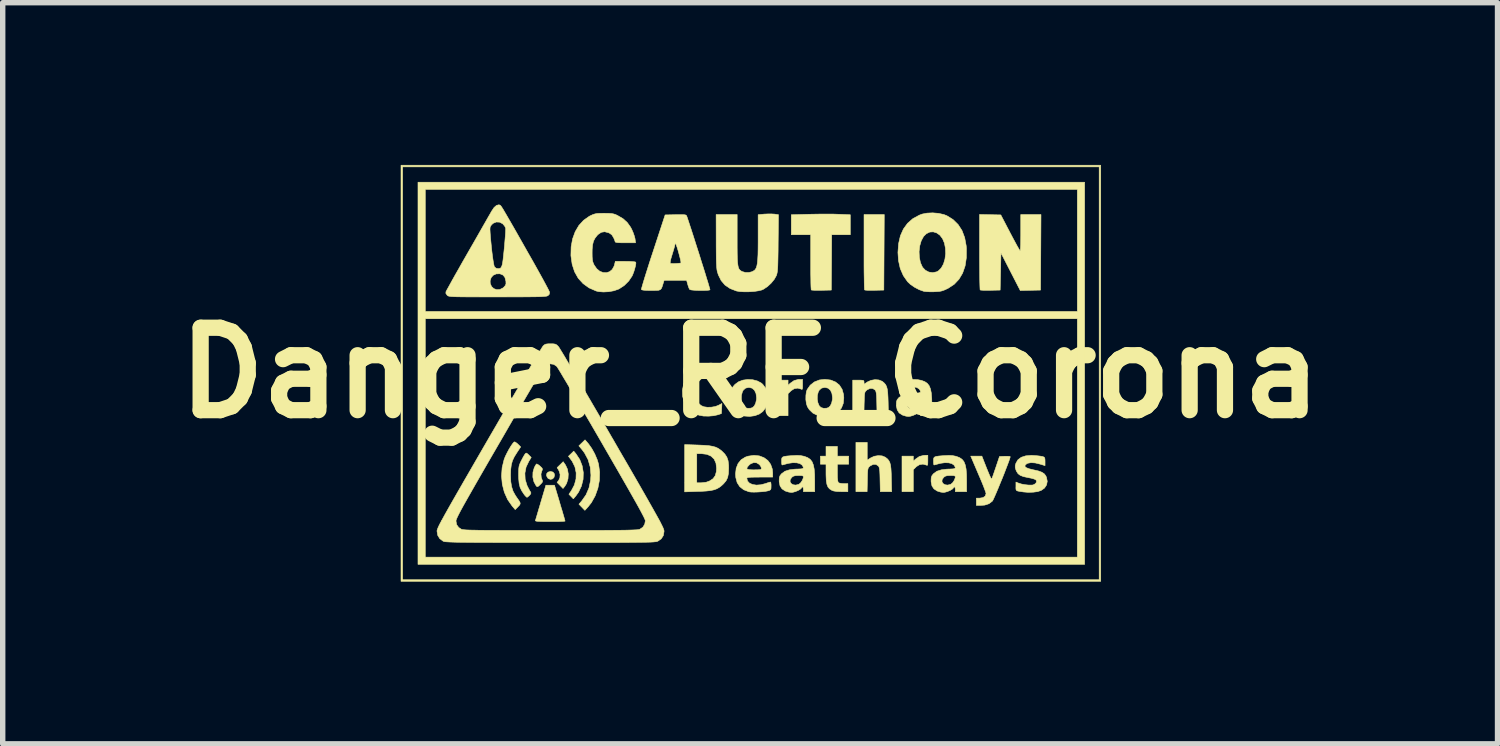
<source format=kicad_pcb>
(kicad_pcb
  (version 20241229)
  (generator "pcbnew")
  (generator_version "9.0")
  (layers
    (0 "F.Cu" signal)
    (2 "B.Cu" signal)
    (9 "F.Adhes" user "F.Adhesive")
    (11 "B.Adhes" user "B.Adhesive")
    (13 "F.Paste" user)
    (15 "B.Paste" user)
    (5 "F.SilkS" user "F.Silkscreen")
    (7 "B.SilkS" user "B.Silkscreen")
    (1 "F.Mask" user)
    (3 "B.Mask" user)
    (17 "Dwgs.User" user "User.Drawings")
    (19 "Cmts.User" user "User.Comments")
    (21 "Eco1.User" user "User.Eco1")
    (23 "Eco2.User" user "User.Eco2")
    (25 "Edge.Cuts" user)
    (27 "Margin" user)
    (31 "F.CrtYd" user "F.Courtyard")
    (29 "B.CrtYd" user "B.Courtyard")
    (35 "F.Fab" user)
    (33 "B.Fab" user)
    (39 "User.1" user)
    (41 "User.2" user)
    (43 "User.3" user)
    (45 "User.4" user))
  (footprint "Danger_RF_Corona"
    (layer "F.Cu")
    (at 10.82 3.845)
    (property "Reference" "Danger_RF_Corona" (at 0 0 0) (layer "F.SilkS") (effects (font (size 1.524 1.524) (thickness 0.3))))
    (attr through_hole)
    (fp_poly (pts (xy 6.484 3.855) (xy -6.455 3.855) (xy -6.455 -3.81) (xy -6.425 -3.81) (xy -6.425 3.825) (xy 6.455 3.825) (xy 6.455 -3.81) (xy -6.425 -3.81) (xy -6.455 -3.81) (xy -6.455 -3.84) (xy 6.484 -3.84) (xy 6.484 3.855)) (stroke (width 0.01) (type solid)) (fill yes) (layer "F.SilkS"))
    (fp_poly (pts (xy -3.645 1.834) (xy -3.62 1.865) (xy -3.616 1.892) (xy -3.627 1.935) (xy -3.656 1.962) (xy -3.694 1.969) (xy -3.732 1.953) (xy -3.74 1.945) (xy -3.764 1.903) (xy -3.761 1.864) (xy -3.736 1.835) (xy -3.692 1.823) (xy -3.69 1.823) (xy -3.645 1.834)) (stroke (width 0.01) (type solid)) (fill yes) (layer "F.SilkS"))
    (fp_poly (pts (xy -3.413 1.704) (xy -3.377 1.781) (xy -3.362 1.869) (xy -3.367 1.959) (xy -3.393 2.043) (xy -3.425 2.096) (xy -3.459 2.138) (xy -3.569 2.025) (xy -3.54 1.989) (xy -3.517 1.939) (xy -3.513 1.877) (xy -3.531 1.816) (xy -3.54 1.798) (xy -3.568 1.752) (xy -3.456 1.642) (xy -3.413 1.704)) (stroke (width 0.01) (type solid)) (fill yes) (layer "F.SilkS"))
    (fp_poly (pts (xy 2.473 -1.531) (xy 2.3 -1.527) (xy 2.231 -1.526) (xy 2.173 -1.527) (xy 2.133 -1.53) (xy 2.117 -1.534) (xy 2.115 -1.55) (xy 2.113 -1.594) (xy 2.111 -1.661) (xy 2.11 -1.749) (xy 2.108 -1.855) (xy 2.107 -1.977) (xy 2.107 -2.109) (xy 2.107 -2.236) (xy 2.107 -2.928) (xy 2.481 -2.928) (xy 2.473 -1.531)) (stroke (width 0.01) (type solid)) (fill yes) (layer "F.SilkS"))
    (fp_poly (pts (xy 6.186 3.541) (xy -6.141 3.541) (xy -6.141 -1.001) (xy -6.006 -1.001) (xy -6.006 3.407) (xy 6.051 3.407) (xy 6.051 -1.001) (xy -6.006 -1.001) (xy -6.141 -1.001) (xy -6.141 -3.392) (xy -6.006 -3.392) (xy -6.006 -1.136) (xy 6.051 -1.136) (xy 6.051 -3.392) (xy -6.006 -3.392) (xy -6.141 -3.392) (xy -6.141 -3.526) (xy 6.186 -3.526) (xy 6.186 3.541)) (stroke (width 0.01) (type solid)) (fill yes) (layer "F.SilkS"))
    (fp_poly (pts (xy -3.221 1.495) (xy -3.15 1.602) (xy -3.105 1.719) (xy -3.084 1.843) (xy -3.088 1.969) (xy -3.118 2.091) (xy -3.172 2.205) (xy -3.219 2.271) (xy -3.268 2.329) (xy -3.35 2.244) (xy -3.305 2.179) (xy -3.249 2.073) (xy -3.219 1.961) (xy -3.216 1.848) (xy -3.239 1.738) (xy -3.289 1.636) (xy -3.309 1.608) (xy -3.359 1.542) (xy -3.31 1.495) (xy -3.261 1.447) (xy -3.221 1.495)) (stroke (width 0.01) (type solid)) (fill yes) (layer "F.SilkS"))
    (fp_poly (pts (xy 0.971 0.217) (xy 0.971 0.269) (xy 0.967 0.297) (xy 0.96 0.306) (xy 0.946 0.301) (xy 0.942 0.299) (xy 0.881 0.282) (xy 0.817 0.292) (xy 0.759 0.329) (xy 0.753 0.335) (xy 0.702 0.385) (xy 0.702 0.792) (xy 0.493 0.792) (xy 0.493 0.134) (xy 0.702 0.134) (xy 0.702 0.23) (xy 0.743 0.191) (xy 0.814 0.142) (xy 0.896 0.12) (xy 0.92 0.12) (xy 0.971 0.12) (xy 0.971 0.217)) (stroke (width 0.01) (type solid)) (fill yes) (layer "F.SilkS"))
    (fp_poly (pts (xy 3.287 1.622) (xy 3.286 1.674) (xy 3.283 1.701) (xy 3.276 1.71) (xy 3.262 1.706) (xy 3.258 1.704) (xy 3.197 1.687) (xy 3.133 1.697) (xy 3.075 1.733) (xy 3.069 1.739) (xy 3.018 1.79) (xy 3.018 2.196) (xy 2.809 2.196) (xy 2.809 1.539) (xy 3.018 1.539) (xy 3.018 1.634) (xy 3.059 1.595) (xy 3.13 1.546) (xy 3.212 1.525) (xy 3.236 1.524) (xy 3.287 1.524) (xy 3.287 1.622)) (stroke (width 0.01) (type solid)) (fill yes) (layer "F.SilkS"))
    (fp_poly (pts (xy -3.932 1.689) (xy -3.902 1.709) (xy -3.883 1.725) (xy -3.851 1.756) (xy -3.839 1.777) (xy -3.843 1.797) (xy -3.849 1.81) (xy -3.867 1.869) (xy -3.862 1.934) (xy -3.848 1.972) (xy -3.837 1.997) (xy -3.84 2.018) (xy -3.86 2.044) (xy -3.874 2.058) (xy -3.908 2.091) (xy -3.929 2.104) (xy -3.945 2.1) (xy -3.956 2.088) (xy -3.997 2.014) (xy -4.017 1.928) (xy -4.015 1.837) (xy -3.991 1.754) (xy -3.971 1.715) (xy -3.954 1.689) (xy -3.95 1.684) (xy -3.932 1.689)) (stroke (width 0.01) (type solid)) (fill yes) (layer "F.SilkS"))
    (fp_poly (pts (xy -2.99 1.31) (xy -2.929 1.396) (xy -2.872 1.499) (xy -2.826 1.608) (xy -2.802 1.688) (xy -2.782 1.834) (xy -2.786 1.984) (xy -2.814 2.132) (xy -2.864 2.272) (xy -2.934 2.398) (xy -2.995 2.476) (xy -3.055 2.542) (xy -3.165 2.428) (xy -3.113 2.368) (xy -3.034 2.256) (xy -2.979 2.128) (xy -2.949 1.987) (xy -2.943 1.89) (xy -2.956 1.741) (xy -2.995 1.605) (xy -3.061 1.481) (xy -3.108 1.418) (xy -3.166 1.349) (xy -3.109 1.294) (xy -3.052 1.238) (xy -2.99 1.31)) (stroke (width 0.01) (type solid)) (fill yes) (layer "F.SilkS"))
    (fp_poly (pts (xy 1.549 -2.936) (xy 1.634 -2.933) (xy 1.639 -2.933) (xy 1.853 -2.924) (xy 1.853 -2.555) (xy 1.509 -2.555) (xy 1.506 -2.043) (xy 1.502 -1.531) (xy 1.321 -1.527) (xy 1.251 -1.526) (xy 1.191 -1.527) (xy 1.149 -1.53) (xy 1.131 -1.533) (xy 1.131 -1.534) (xy 1.129 -1.55) (xy 1.126 -1.594) (xy 1.124 -1.66) (xy 1.123 -1.745) (xy 1.121 -1.846) (xy 1.121 -1.959) (xy 1.121 -2.049) (xy 1.121 -2.555) (xy 0.762 -2.555) (xy 0.762 -2.924) (xy 1.094 -2.933) (xy 1.207 -2.935) (xy 1.327 -2.937) (xy 1.444 -2.937) (xy 1.549 -2.936)) (stroke (width 0.01) (type solid)) (fill yes) (layer "F.SilkS"))
    (fp_poly (pts (xy 1.614 1.539) (xy 1.823 1.539) (xy 1.823 1.688) (xy 1.614 1.688) (xy 1.614 1.85) (xy 1.615 1.936) (xy 1.621 1.995) (xy 1.63 2.026) (xy 1.632 2.029) (xy 1.656 2.039) (xy 1.699 2.046) (xy 1.729 2.047) (xy 1.808 2.047) (xy 1.808 2.196) (xy 1.685 2.196) (xy 1.602 2.193) (xy 1.542 2.183) (xy 1.509 2.17) (xy 1.469 2.144) (xy 1.44 2.11) (xy 1.421 2.062) (xy 1.409 1.997) (xy 1.405 1.909) (xy 1.404 1.864) (xy 1.404 1.688) (xy 1.3 1.688) (xy 1.3 1.539) (xy 1.404 1.539) (xy 1.404 1.36) (xy 1.614 1.36) (xy 1.614 1.539)) (stroke (width 0.01) (type solid)) (fill yes) (layer "F.SilkS"))
    (fp_poly (pts (xy -3.58 2.2) (xy -3.561 2.263) (xy -3.537 2.343) (xy -3.511 2.433) (xy -3.485 2.521) (xy -3.482 2.528) (xy -3.461 2.601) (xy -3.442 2.665) (xy -3.429 2.712) (xy -3.422 2.738) (xy -3.422 2.741) (xy -3.436 2.743) (xy -3.475 2.746) (xy -3.535 2.748) (xy -3.611 2.749) (xy -3.698 2.749) (xy -3.7 2.749) (xy -3.801 2.749) (xy -3.876 2.747) (xy -3.927 2.745) (xy -3.957 2.741) (xy -3.97 2.735) (xy -3.971 2.731) (xy -3.964 2.711) (xy -3.951 2.668) (xy -3.932 2.604) (xy -3.909 2.525) (xy -3.882 2.436) (xy -3.87 2.394) (xy -3.776 2.077) (xy -3.617 2.077) (xy -3.58 2.2)) (stroke (width 0.01) (type solid)) (fill yes) (layer "F.SilkS"))
    (fp_poly (pts (xy -4.342 1.28) (xy -4.312 1.301) (xy -4.293 1.318) (xy -4.242 1.369) (xy -4.308 1.468) (xy -4.359 1.549) (xy -4.394 1.623) (xy -4.415 1.698) (xy -4.426 1.784) (xy -4.429 1.889) (xy -4.429 1.898) (xy -4.425 2.011) (xy -4.41 2.104) (xy -4.384 2.186) (xy -4.342 2.263) (xy -4.309 2.312) (xy -4.273 2.363) (xy -4.254 2.397) (xy -4.251 2.422) (xy -4.263 2.445) (xy -4.289 2.473) (xy -4.291 2.475) (xy -4.343 2.528) (xy -4.399 2.463) (xy -4.483 2.343) (xy -4.544 2.207) (xy -4.582 2.06) (xy -4.596 1.907) (xy -4.585 1.752) (xy -4.549 1.604) (xy -4.527 1.547) (xy -4.495 1.482) (xy -4.46 1.416) (xy -4.423 1.355) (xy -4.39 1.307) (xy -4.364 1.278) (xy -4.36 1.276) (xy -4.342 1.28)) (stroke (width 0.01) (type solid)) (fill yes) (layer "F.SilkS"))
    (fp_poly (pts (xy 4.636 -2.921) (xy 4.809 -2.589) (xy 4.857 -2.498) (xy 4.901 -2.416) (xy 4.938 -2.348) (xy 4.968 -2.296) (xy 4.987 -2.265) (xy 4.994 -2.256) (xy 4.997 -2.27) (xy 5 -2.31) (xy 5.003 -2.372) (xy 5.004 -2.45) (xy 5.005 -2.542) (xy 5.005 -2.592) (xy 5.005 -2.928) (xy 5.379 -2.928) (xy 5.371 -1.531) (xy 5.184 -1.527) (xy 4.996 -1.523) (xy 4.639 -2.218) (xy 4.632 -1.875) (xy 4.624 -1.531) (xy 4.444 -1.527) (xy 4.374 -1.526) (xy 4.314 -1.527) (xy 4.272 -1.53) (xy 4.254 -1.533) (xy 4.254 -1.534) (xy 4.252 -1.55) (xy 4.25 -1.594) (xy 4.248 -1.661) (xy 4.246 -1.749) (xy 4.245 -1.855) (xy 4.244 -1.977) (xy 4.243 -2.11) (xy 4.243 -2.237) (xy 4.243 -2.929) (xy 4.636 -2.921)) (stroke (width 0.01) (type solid)) (fill yes) (layer "F.SilkS"))
    (fp_poly (pts (xy -4.11 1.501) (xy -4.092 1.518) (xy -4.047 1.564) (xy -4.091 1.635) (xy -4.142 1.741) (xy -4.164 1.854) (xy -4.159 1.969) (xy -4.125 2.081) (xy -4.118 2.096) (xy -4.094 2.143) (xy -4.072 2.183) (xy -4.061 2.199) (xy -4.052 2.221) (xy -4.061 2.243) (xy -4.078 2.263) (xy -4.105 2.288) (xy -4.124 2.301) (xy -4.126 2.301) (xy -4.141 2.29) (xy -4.166 2.263) (xy -4.175 2.252) (xy -4.221 2.183) (xy -4.253 2.117) (xy -4.271 2.043) (xy -4.279 1.954) (xy -4.281 1.89) (xy -4.28 1.816) (xy -4.277 1.763) (xy -4.271 1.722) (xy -4.259 1.685) (xy -4.24 1.643) (xy -4.233 1.629) (xy -4.206 1.576) (xy -4.18 1.53) (xy -4.162 1.502) (xy -4.162 1.502) (xy -4.146 1.485) (xy -4.132 1.484) (xy -4.11 1.501)) (stroke (width 0.01) (type solid)) (fill yes) (layer "F.SilkS"))
    (fp_poly (pts (xy 2.166 1.614) (xy 2.229 1.573) (xy 2.295 1.542) (xy 2.369 1.53) (xy 2.441 1.535) (xy 2.5 1.559) (xy 2.505 1.563) (xy 2.54 1.591) (xy 2.565 1.621) (xy 2.584 1.658) (xy 2.597 1.706) (xy 2.605 1.771) (xy 2.61 1.856) (xy 2.612 1.946) (xy 2.618 2.196) (xy 2.408 2.196) (xy 2.403 1.974) (xy 2.401 1.886) (xy 2.398 1.822) (xy 2.393 1.779) (xy 2.387 1.75) (xy 2.378 1.73) (xy 2.37 1.72) (xy 2.328 1.693) (xy 2.277 1.692) (xy 2.226 1.717) (xy 2.216 1.724) (xy 2.2 1.739) (xy 2.188 1.754) (xy 2.18 1.775) (xy 2.175 1.807) (xy 2.172 1.854) (xy 2.17 1.923) (xy 2.169 1.978) (xy 2.164 2.196) (xy 1.957 2.196) (xy 1.957 1.285) (xy 2.166 1.285) (xy 2.166 1.614)) (stroke (width 0.01) (type solid)) (fill yes) (layer "F.SilkS"))
    (fp_poly (pts (xy 2.381 0.131) (xy 2.441 0.155) (xy 2.446 0.158) (xy 2.48 0.187) (xy 2.506 0.217) (xy 2.524 0.254) (xy 2.537 0.302) (xy 2.545 0.366) (xy 2.55 0.451) (xy 2.553 0.541) (xy 2.558 0.792) (xy 2.348 0.792) (xy 2.343 0.569) (xy 2.341 0.481) (xy 2.338 0.418) (xy 2.333 0.374) (xy 2.327 0.345) (xy 2.318 0.326) (xy 2.31 0.315) (xy 2.268 0.289) (xy 2.217 0.288) (xy 2.166 0.312) (xy 2.156 0.32) (xy 2.14 0.335) (xy 2.128 0.35) (xy 2.121 0.37) (xy 2.116 0.402) (xy 2.113 0.45) (xy 2.111 0.519) (xy 2.109 0.574) (xy 2.105 0.792) (xy 1.898 0.792) (xy 1.898 0.134) (xy 2.002 0.134) (xy 2.057 0.135) (xy 2.088 0.138) (xy 2.102 0.146) (xy 2.107 0.162) (xy 2.107 0.172) (xy 2.107 0.21) (xy 2.169 0.168) (xy 2.236 0.138) (xy 2.31 0.125) (xy 2.381 0.131)) (stroke (width 0.01) (type solid)) (fill yes) (layer "F.SilkS"))
    (fp_poly (pts (xy -0.705 -0.077) (xy -0.64 -0.069) (xy -0.592 -0.057) (xy -0.59 -0.057) (xy -0.53 -0.034) (xy -0.521 0.151) (xy -0.586 0.117) (xy -0.649 0.094) (xy -0.722 0.082) (xy -0.796 0.082) (xy -0.862 0.093) (xy -0.906 0.113) (xy -0.97 0.179) (xy -1.01 0.26) (xy -1.024 0.353) (xy -1.017 0.428) (xy -0.99 0.51) (xy -0.939 0.576) (xy -0.906 0.604) (xy -0.857 0.626) (xy -0.79 0.636) (xy -0.715 0.634) (xy -0.643 0.622) (xy -0.586 0.6) (xy -0.521 0.566) (xy -0.53 0.752) (xy -0.59 0.773) (xy -0.671 0.792) (xy -0.766 0.8) (xy -0.862 0.798) (xy -0.94 0.784) (xy -1.037 0.748) (xy -1.112 0.699) (xy -1.167 0.638) (xy -1.219 0.542) (xy -1.247 0.434) (xy -1.251 0.32) (xy -1.23 0.209) (xy -1.204 0.142) (xy -1.147 0.055) (xy -1.074 -0.011) (xy -0.982 -0.054) (xy -0.87 -0.077) (xy -0.777 -0.081) (xy -0.705 -0.077)) (stroke (width 0.01) (type solid)) (fill yes) (layer "F.SilkS"))
    (fp_poly (pts (xy -0.967 1.334) (xy -0.853 1.339) (xy -0.763 1.346) (xy -0.693 1.358) (xy -0.636 1.374) (xy -0.588 1.397) (xy -0.543 1.429) (xy -0.524 1.444) (xy -0.468 1.5) (xy -0.43 1.557) (xy -0.407 1.623) (xy -0.397 1.705) (xy -0.396 1.763) (xy -0.4 1.859) (xy -0.415 1.934) (xy -0.444 1.995) (xy -0.49 2.05) (xy -0.524 2.082) (xy -0.569 2.117) (xy -0.615 2.143) (xy -0.667 2.162) (xy -0.731 2.176) (xy -0.813 2.185) (xy -0.916 2.191) (xy -0.967 2.192) (xy -1.21 2.2) (xy -1.21 1.494) (xy -0.986 1.494) (xy -0.986 2.032) (xy -0.9 2.032) (xy -0.812 2.022) (xy -0.747 1.998) (xy -0.684 1.956) (xy -0.644 1.9) (xy -0.624 1.827) (xy -0.62 1.763) (xy -0.631 1.669) (xy -0.665 1.594) (xy -0.721 1.54) (xy -0.798 1.506) (xy -0.895 1.494) (xy -0.9 1.494) (xy -0.986 1.494) (xy -1.21 1.494) (xy -1.21 1.326) (xy -0.967 1.334)) (stroke (width 0.01) (type solid)) (fill yes) (layer "F.SilkS"))
    (fp_poly (pts (xy 1.489 0.132) (xy 1.579 0.168) (xy 1.651 0.225) (xy 1.701 0.303) (xy 1.728 0.398) (xy 1.733 0.463) (xy 1.723 0.564) (xy 1.69 0.648) (xy 1.639 0.714) (xy 1.574 0.761) (xy 1.491 0.792) (xy 1.397 0.805) (xy 1.299 0.798) (xy 1.242 0.784) (xy 1.162 0.744) (xy 1.095 0.68) (xy 1.059 0.624) (xy 1.041 0.567) (xy 1.031 0.494) (xy 1.031 0.486) (xy 1.242 0.486) (xy 1.254 0.552) (xy 1.277 0.607) (xy 1.31 0.64) (xy 1.358 0.655) (xy 1.414 0.653) (xy 1.452 0.641) (xy 1.483 0.61) (xy 1.508 0.558) (xy 1.522 0.494) (xy 1.524 0.463) (xy 1.514 0.383) (xy 1.487 0.322) (xy 1.443 0.283) (xy 1.385 0.269) (xy 1.382 0.269) (xy 1.323 0.281) (xy 1.28 0.318) (xy 1.261 0.352) (xy 1.244 0.416) (xy 1.242 0.486) (xy 1.031 0.486) (xy 1.032 0.417) (xy 1.041 0.348) (xy 1.055 0.309) (xy 1.112 0.228) (xy 1.188 0.168) (xy 1.281 0.131) (xy 1.382 0.12) (xy 1.489 0.132)) (stroke (width 0.01) (type solid)) (fill yes) (layer "F.SilkS"))
    (fp_poly (pts (xy 0.05 0.127) (xy 0.136 0.15) (xy 0.21 0.19) (xy 0.235 0.213) (xy 0.29 0.286) (xy 0.32 0.372) (xy 0.329 0.463) (xy 0.318 0.564) (xy 0.285 0.648) (xy 0.235 0.714) (xy 0.17 0.761) (xy 0.087 0.792) (xy -0.008 0.805) (xy -0.105 0.798) (xy -0.162 0.784) (xy -0.246 0.744) (xy -0.31 0.682) (xy -0.352 0.601) (xy -0.372 0.502) (xy -0.373 0.486) (xy -0.162 0.486) (xy -0.151 0.552) (xy -0.127 0.607) (xy -0.095 0.64) (xy -0.046 0.655) (xy 0.01 0.653) (xy 0.047 0.641) (xy 0.079 0.61) (xy 0.104 0.558) (xy 0.118 0.494) (xy 0.12 0.463) (xy 0.11 0.383) (xy 0.082 0.322) (xy 0.038 0.283) (xy -0.02 0.269) (xy -0.022 0.269) (xy -0.082 0.281) (xy -0.125 0.318) (xy -0.143 0.352) (xy -0.16 0.416) (xy -0.162 0.486) (xy -0.373 0.486) (xy -0.374 0.463) (xy -0.368 0.378) (xy -0.349 0.312) (xy -0.313 0.252) (xy -0.279 0.213) (xy -0.214 0.165) (xy -0.133 0.134) (xy -0.042 0.122) (xy 0.05 0.127)) (stroke (width 0.01) (type solid)) (fill yes) (layer "F.SilkS"))
    (fp_poly (pts (xy 4.371 1.756) (xy 4.401 1.829) (xy 4.427 1.891) (xy 4.448 1.937) (xy 4.462 1.961) (xy 4.466 1.964) (xy 4.474 1.947) (xy 4.489 1.908) (xy 4.509 1.85) (xy 4.533 1.78) (xy 4.543 1.751) (xy 4.612 1.546) (xy 4.711 1.542) (xy 4.762 1.542) (xy 4.797 1.544) (xy 4.811 1.55) (xy 4.811 1.55) (xy 4.805 1.573) (xy 4.79 1.619) (xy 4.766 1.684) (xy 4.736 1.762) (xy 4.702 1.851) (xy 4.665 1.944) (xy 4.626 2.038) (xy 4.589 2.129) (xy 4.554 2.212) (xy 4.524 2.281) (xy 4.5 2.334) (xy 4.484 2.366) (xy 4.48 2.371) (xy 4.418 2.419) (xy 4.338 2.445) (xy 4.266 2.45) (xy 4.184 2.45) (xy 4.184 2.316) (xy 4.248 2.316) (xy 4.308 2.306) (xy 4.347 2.279) (xy 4.363 2.235) (xy 4.363 2.23) (xy 4.357 2.207) (xy 4.341 2.162) (xy 4.317 2.098) (xy 4.286 2.021) (xy 4.25 1.936) (xy 4.242 1.918) (xy 4.204 1.829) (xy 4.169 1.747) (xy 4.139 1.677) (xy 4.116 1.623) (xy 4.102 1.59) (xy 4.101 1.587) (xy 4.08 1.539) (xy 4.286 1.539) (xy 4.371 1.756)) (stroke (width 0.01) (type solid)) (fill yes) (layer "F.SilkS"))
    (fp_poly (pts (xy 5.294 1.531) (xy 5.364 1.539) (xy 5.41 1.547) (xy 5.437 1.558) (xy 5.449 1.576) (xy 5.453 1.604) (xy 5.454 1.636) (xy 5.454 1.715) (xy 5.363 1.687) (xy 5.272 1.665) (xy 5.194 1.66) (xy 5.134 1.671) (xy 5.113 1.682) (xy 5.085 1.708) (xy 5.083 1.732) (xy 5.107 1.753) (xy 5.159 1.773) (xy 5.24 1.793) (xy 5.246 1.794) (xy 5.333 1.814) (xy 5.395 1.837) (xy 5.438 1.865) (xy 5.467 1.902) (xy 5.481 1.932) (xy 5.495 2.005) (xy 5.482 2.072) (xy 5.444 2.13) (xy 5.383 2.173) (xy 5.318 2.195) (xy 5.236 2.206) (xy 5.143 2.209) (xy 5.056 2.202) (xy 5.05 2.201) (xy 4.987 2.192) (xy 4.947 2.184) (xy 4.926 2.174) (xy 4.917 2.156) (xy 4.915 2.128) (xy 4.916 2.099) (xy 4.916 2.019) (xy 4.968 2.04) (xy 5.021 2.056) (xy 5.087 2.068) (xy 5.155 2.075) (xy 5.212 2.075) (xy 5.235 2.071) (xy 5.271 2.052) (xy 5.29 2.03) (xy 5.298 2.003) (xy 5.287 1.981) (xy 5.254 1.963) (xy 5.196 1.947) (xy 5.14 1.936) (xy 5.056 1.918) (xy 4.996 1.895) (xy 4.955 1.864) (xy 4.927 1.821) (xy 4.916 1.795) (xy 4.903 1.751) (xy 4.903 1.715) (xy 4.916 1.67) (xy 4.953 1.607) (xy 5.014 1.561) (xy 5.097 1.534) (xy 5.202 1.525) (xy 5.294 1.531)) (stroke (width 0.01) (type solid)) (fill yes) (layer "F.SilkS"))
    (fp_poly (pts (xy 0.45 -2.936) (xy 0.525 -2.925) (xy 0.519 -2.4) (xy 0.518 -2.259) (xy 0.516 -2.144) (xy 0.514 -2.052) (xy 0.512 -1.98) (xy 0.509 -1.925) (xy 0.505 -1.882) (xy 0.5 -1.85) (xy 0.494 -1.824) (xy 0.487 -1.801) (xy 0.486 -1.8) (xy 0.448 -1.731) (xy 0.39 -1.66) (xy 0.321 -1.596) (xy 0.249 -1.548) (xy 0.217 -1.533) (xy 0.156 -1.518) (xy 0.076 -1.506) (xy -0.015 -1.5) (xy -0.106 -1.499) (xy -0.187 -1.503) (xy -0.25 -1.514) (xy -0.254 -1.515) (xy -0.37 -1.56) (xy -0.464 -1.624) (xy -0.535 -1.707) (xy -0.587 -1.812) (xy -0.607 -1.875) (xy -0.613 -1.908) (xy -0.618 -1.956) (xy -0.622 -2.023) (xy -0.625 -2.111) (xy -0.626 -2.222) (xy -0.627 -2.36) (xy -0.627 -2.439) (xy -0.628 -2.928) (xy -0.239 -2.928) (xy -0.239 -2.465) (xy -0.239 -2.323) (xy -0.238 -2.207) (xy -0.236 -2.115) (xy -0.232 -2.044) (xy -0.225 -1.99) (xy -0.217 -1.95) (xy -0.205 -1.922) (xy -0.189 -1.902) (xy -0.169 -1.886) (xy -0.148 -1.874) (xy -0.089 -1.857) (xy -0.022 -1.856) (xy 0.04 -1.872) (xy 0.082 -1.897) (xy 0.1 -1.918) (xy 0.115 -1.946) (xy 0.126 -1.983) (xy 0.135 -2.032) (xy 0.141 -2.098) (xy 0.146 -2.182) (xy 0.148 -2.288) (xy 0.149 -2.42) (xy 0.149 -2.502) (xy 0.149 -2.925) (xy 0.262 -2.936) (xy 0.33 -2.939) (xy 0.398 -2.939) (xy 0.45 -2.936)) (stroke (width 0.01) (type solid)) (fill yes) (layer "F.SilkS"))
    (fp_poly (pts (xy 0.17 1.535) (xy 0.257 1.568) (xy 0.328 1.62) (xy 0.38 1.691) (xy 0.411 1.779) (xy 0.418 1.849) (xy 0.418 1.927) (xy 0.179 1.927) (xy 0.089 1.928) (xy 0.024 1.929) (xy -0.019 1.932) (xy -0.045 1.936) (xy -0.057 1.943) (xy -0.06 1.951) (xy -0.047 2.001) (xy -0.01 2.04) (xy 0.046 2.064) (xy 0.116 2.075) (xy 0.198 2.069) (xy 0.284 2.047) (xy 0.33 2.031) (xy 0.365 2.021) (xy 0.377 2.018) (xy 0.384 2.031) (xy 0.388 2.065) (xy 0.388 2.091) (xy 0.387 2.135) (xy 0.38 2.159) (xy 0.36 2.172) (xy 0.332 2.181) (xy 0.282 2.191) (xy 0.216 2.198) (xy 0.142 2.203) (xy 0.071 2.205) (xy 0.011 2.203) (xy -0.022 2.198) (xy -0.118 2.161) (xy -0.19 2.105) (xy -0.239 2.03) (xy -0.264 1.936) (xy -0.269 1.868) (xy -0.257 1.765) (xy -0.061 1.765) (xy -0.05 1.781) (xy -0.014 1.79) (xy 0.05 1.793) (xy 0.075 1.793) (xy 0.139 1.792) (xy 0.178 1.79) (xy 0.199 1.785) (xy 0.208 1.775) (xy 0.209 1.762) (xy 0.199 1.731) (xy 0.174 1.697) (xy 0.173 1.695) (xy 0.122 1.663) (xy 0.066 1.659) (xy 0.01 1.681) (xy -0.016 1.702) (xy -0.049 1.739) (xy -0.061 1.765) (xy -0.257 1.765) (xy -0.257 1.764) (xy -0.222 1.676) (xy -0.165 1.606) (xy -0.088 1.558) (xy -0.036 1.54) (xy 0.071 1.525) (xy 0.17 1.535)) (stroke (width 0.01) (type solid)) (fill yes) (layer "F.SilkS"))
    (fp_poly (pts (xy 3.483 -2.95) (xy 3.582 -2.928) (xy 3.637 -2.907) (xy 3.752 -2.836) (xy 3.846 -2.744) (xy 3.918 -2.633) (xy 3.968 -2.501) (xy 3.996 -2.351) (xy 4 -2.301) (xy 3.999 -2.13) (xy 3.976 -1.978) (xy 3.93 -1.845) (xy 3.863 -1.732) (xy 3.774 -1.638) (xy 3.663 -1.565) (xy 3.653 -1.56) (xy 3.595 -1.533) (xy 3.548 -1.516) (xy 3.499 -1.506) (xy 3.438 -1.502) (xy 3.403 -1.5) (xy 3.334 -1.499) (xy 3.269 -1.502) (xy 3.219 -1.507) (xy 3.207 -1.51) (xy 3.126 -1.539) (xy 3.041 -1.584) (xy 2.964 -1.637) (xy 2.913 -1.685) (xy 2.834 -1.798) (xy 2.777 -1.929) (xy 2.744 -2.077) (xy 2.734 -2.226) (xy 2.735 -2.242) (xy 3.125 -2.242) (xy 3.13 -2.137) (xy 3.15 -2.038) (xy 3.187 -1.956) (xy 3.189 -1.953) (xy 3.241 -1.898) (xy 3.306 -1.864) (xy 3.377 -1.854) (xy 3.448 -1.868) (xy 3.482 -1.886) (xy 3.535 -1.939) (xy 3.576 -2.013) (xy 3.603 -2.103) (xy 3.616 -2.203) (xy 3.612 -2.306) (xy 3.594 -2.399) (xy 3.559 -2.482) (xy 3.51 -2.546) (xy 3.451 -2.588) (xy 3.387 -2.608) (xy 3.322 -2.604) (xy 3.26 -2.574) (xy 3.208 -2.523) (xy 3.165 -2.444) (xy 3.137 -2.348) (xy 3.125 -2.242) (xy 2.735 -2.242) (xy 2.746 -2.389) (xy 2.779 -2.534) (xy 2.835 -2.66) (xy 2.912 -2.766) (xy 3.01 -2.852) (xy 3.128 -2.916) (xy 3.18 -2.936) (xy 3.271 -2.954) (xy 3.376 -2.959) (xy 3.483 -2.95)) (stroke (width 0.01) (type solid)) (fill yes) (layer "F.SilkS"))
    (fp_poly (pts (xy 0.931 1.529) (xy 0.988 1.54) (xy 1.004 1.544) (xy 1.064 1.567) (xy 1.11 1.598) (xy 1.145 1.641) (xy 1.169 1.7) (xy 1.185 1.777) (xy 1.193 1.878) (xy 1.195 2.003) (xy 1.195 2.196) (xy 0.986 2.196) (xy 0.986 2.152) (xy 0.981 2.118) (xy 0.969 2.107) (xy 0.954 2.121) (xy 0.952 2.127) (xy 0.931 2.149) (xy 0.891 2.173) (xy 0.841 2.194) (xy 0.791 2.208) (xy 0.761 2.211) (xy 0.714 2.204) (xy 0.661 2.188) (xy 0.647 2.182) (xy 0.59 2.144) (xy 0.554 2.09) (xy 0.539 2.016) (xy 0.539 2.015) (xy 0.74 2.015) (xy 0.76 2.047) (xy 0.795 2.068) (xy 0.843 2.075) (xy 0.897 2.062) (xy 0.903 2.06) (xy 0.936 2.032) (xy 0.965 1.989) (xy 0.984 1.941) (xy 0.986 1.921) (xy 0.98 1.908) (xy 0.959 1.9) (xy 0.916 1.898) (xy 0.896 1.898) (xy 0.841 1.9) (xy 0.806 1.908) (xy 0.779 1.925) (xy 0.768 1.935) (xy 0.741 1.976) (xy 0.74 2.015) (xy 0.539 2.015) (xy 0.538 1.986) (xy 0.541 1.936) (xy 0.553 1.902) (xy 0.579 1.868) (xy 0.587 1.861) (xy 0.645 1.819) (xy 0.726 1.793) (xy 0.83 1.78) (xy 0.89 1.778) (xy 0.948 1.775) (xy 0.98 1.766) (xy 0.986 1.747) (xy 0.969 1.716) (xy 0.959 1.703) (xy 0.921 1.677) (xy 0.862 1.663) (xy 0.79 1.661) (xy 0.712 1.672) (xy 0.683 1.679) (xy 0.637 1.692) (xy 0.603 1.701) (xy 0.592 1.703) (xy 0.586 1.69) (xy 0.583 1.656) (xy 0.583 1.63) (xy 0.583 1.596) (xy 0.589 1.572) (xy 0.604 1.556) (xy 0.632 1.545) (xy 0.679 1.538) (xy 0.75 1.532) (xy 0.785 1.53) (xy 0.867 1.526) (xy 0.931 1.529)) (stroke (width 0.01) (type solid)) (fill yes) (layer "F.SilkS"))
    (fp_poly (pts (xy 3.097 0.125) (xy 3.154 0.136) (xy 3.171 0.14) (xy 3.23 0.162) (xy 3.276 0.193) (xy 3.311 0.237) (xy 3.335 0.295) (xy 3.351 0.373) (xy 3.359 0.473) (xy 3.362 0.598) (xy 3.362 0.792) (xy 3.153 0.792) (xy 3.153 0.747) (xy 3.147 0.714) (xy 3.135 0.702) (xy 3.121 0.716) (xy 3.118 0.723) (xy 3.097 0.745) (xy 3.057 0.768) (xy 3.008 0.789) (xy 2.958 0.803) (xy 2.927 0.806) (xy 2.881 0.8) (xy 2.828 0.784) (xy 2.814 0.778) (xy 2.756 0.74) (xy 2.721 0.685) (xy 2.705 0.612) (xy 2.705 0.61) (xy 2.907 0.61) (xy 2.926 0.642) (xy 2.962 0.664) (xy 3.009 0.67) (xy 3.064 0.658) (xy 3.069 0.655) (xy 3.102 0.628) (xy 3.132 0.584) (xy 3.15 0.537) (xy 3.153 0.517) (xy 3.147 0.503) (xy 3.126 0.496) (xy 3.083 0.493) (xy 3.062 0.493) (xy 3.008 0.495) (xy 2.972 0.503) (xy 2.945 0.521) (xy 2.934 0.531) (xy 2.908 0.572) (xy 2.907 0.61) (xy 2.705 0.61) (xy 2.704 0.582) (xy 2.707 0.532) (xy 2.719 0.497) (xy 2.746 0.464) (xy 2.753 0.456) (xy 2.812 0.415) (xy 2.892 0.388) (xy 2.997 0.375) (xy 3.056 0.374) (xy 3.115 0.371) (xy 3.146 0.361) (xy 3.152 0.342) (xy 3.136 0.312) (xy 3.125 0.298) (xy 3.087 0.272) (xy 3.028 0.258) (xy 2.956 0.256) (xy 2.878 0.267) (xy 2.85 0.275) (xy 2.804 0.288) (xy 2.77 0.297) (xy 2.758 0.299) (xy 2.753 0.285) (xy 2.75 0.251) (xy 2.749 0.226) (xy 2.75 0.191) (xy 2.755 0.167) (xy 2.77 0.151) (xy 2.799 0.141) (xy 2.846 0.134) (xy 2.917 0.128) (xy 2.951 0.125) (xy 3.033 0.122) (xy 3.097 0.125)) (stroke (width 0.01) (type solid)) (fill yes) (layer "F.SilkS"))
    (fp_poly (pts (xy 3.74 1.529) (xy 3.797 1.54) (xy 3.813 1.544) (xy 3.873 1.567) (xy 3.919 1.598) (xy 3.954 1.641) (xy 3.978 1.7) (xy 3.994 1.777) (xy 4.002 1.878) (xy 4.004 2.003) (xy 4.004 2.196) (xy 3.795 2.196) (xy 3.795 2.152) (xy 3.79 2.118) (xy 3.778 2.107) (xy 3.763 2.121) (xy 3.761 2.127) (xy 3.74 2.149) (xy 3.7 2.173) (xy 3.65 2.194) (xy 3.6 2.208) (xy 3.57 2.211) (xy 3.523 2.204) (xy 3.47 2.188) (xy 3.456 2.182) (xy 3.399 2.144) (xy 3.363 2.09) (xy 3.348 2.016) (xy 3.348 2.015) (xy 3.549 2.015) (xy 3.569 2.047) (xy 3.604 2.068) (xy 3.652 2.075) (xy 3.706 2.062) (xy 3.711 2.06) (xy 3.745 2.032) (xy 3.774 1.989) (xy 3.793 1.941) (xy 3.795 1.921) (xy 3.789 1.908) (xy 3.768 1.9) (xy 3.725 1.898) (xy 3.705 1.898) (xy 3.65 1.9) (xy 3.615 1.908) (xy 3.588 1.925) (xy 3.577 1.935) (xy 3.55 1.976) (xy 3.549 2.015) (xy 3.348 2.015) (xy 3.347 1.986) (xy 3.35 1.936) (xy 3.362 1.902) (xy 3.388 1.868) (xy 3.396 1.861) (xy 3.454 1.819) (xy 3.535 1.793) (xy 3.639 1.78) (xy 3.699 1.778) (xy 3.757 1.775) (xy 3.789 1.766) (xy 3.795 1.747) (xy 3.778 1.716) (xy 3.768 1.703) (xy 3.729 1.677) (xy 3.671 1.663) (xy 3.599 1.661) (xy 3.521 1.672) (xy 3.492 1.679) (xy 3.446 1.692) (xy 3.412 1.701) (xy 3.401 1.703) (xy 3.395 1.69) (xy 3.392 1.656) (xy 3.392 1.63) (xy 3.392 1.596) (xy 3.398 1.572) (xy 3.412 1.556) (xy 3.441 1.545) (xy 3.488 1.538) (xy 3.559 1.532) (xy 3.594 1.53) (xy 3.676 1.526) (xy 3.74 1.529)) (stroke (width 0.01) (type solid)) (fill yes) (layer "F.SilkS"))
    (fp_poly (pts (xy -1.242 -2.926) (xy -1.207 -2.923) (xy -1.187 -2.918) (xy -1.177 -2.909) (xy -1.173 -2.903) (xy -1.161 -2.869) (xy -1.142 -2.812) (xy -1.117 -2.736) (xy -1.087 -2.645) (xy -1.053 -2.54) (xy -1.017 -2.427) (xy -0.979 -2.308) (xy -0.94 -2.187) (xy -0.903 -2.067) (xy -0.866 -1.951) (xy -0.832 -1.842) (xy -0.803 -1.746) (xy -0.777 -1.663) (xy -0.758 -1.598) (xy -0.746 -1.555) (xy -0.741 -1.537) (xy -0.741 -1.536) (xy -0.76 -1.53) (xy -0.801 -1.526) (xy -0.857 -1.524) (xy -0.921 -1.524) (xy -0.987 -1.525) (xy -1.045 -1.529) (xy -1.091 -1.534) (xy -1.115 -1.541) (xy -1.117 -1.543) (xy -1.13 -1.567) (xy -1.145 -1.609) (xy -1.153 -1.636) (xy -1.174 -1.711) (xy -1.59 -1.711) (xy -1.613 -1.636) (xy -1.628 -1.589) (xy -1.642 -1.558) (xy -1.661 -1.539) (xy -1.69 -1.528) (xy -1.737 -1.525) (xy -1.806 -1.524) (xy -1.832 -1.524) (xy -1.914 -1.525) (xy -1.969 -1.529) (xy -2 -1.535) (xy -2.01 -1.543) (xy -2.007 -1.56) (xy -1.995 -1.603) (xy -1.976 -1.669) (xy -1.95 -1.755) (xy -1.918 -1.857) (xy -1.881 -1.974) (xy -1.863 -2.03) (xy -1.477 -2.03) (xy -1.473 -2.026) (xy -1.451 -2.022) (xy -1.41 -2.021) (xy -1.363 -2.023) (xy -1.318 -2.026) (xy -1.287 -2.03) (xy -1.279 -2.033) (xy -1.279 -2.05) (xy -1.286 -2.088) (xy -1.299 -2.141) (xy -1.315 -2.202) (xy -1.332 -2.264) (xy -1.349 -2.32) (xy -1.364 -2.363) (xy -1.374 -2.388) (xy -1.377 -2.391) (xy -1.388 -2.379) (xy -1.39 -2.371) (xy -1.394 -2.349) (xy -1.406 -2.305) (xy -1.423 -2.247) (xy -1.44 -2.192) (xy -1.464 -2.112) (xy -1.476 -2.058) (xy -1.477 -2.03) (xy -1.863 -2.03) (xy -1.84 -2.102) (xy -1.795 -2.238) (xy -1.794 -2.241) (xy -1.571 -2.921) (xy -1.377 -2.925) (xy -1.298 -2.926) (xy -1.242 -2.926)) (stroke (width 0.01) (type solid)) (fill yes) (layer "F.SilkS"))
    (fp_poly (pts (xy -2.621 -2.95) (xy -2.567 -2.947) (xy -2.527 -2.94) (xy -2.49 -2.929) (xy -2.45 -2.91) (xy -2.45 -2.91) (xy -2.349 -2.851) (xy -2.271 -2.78) (xy -2.209 -2.693) (xy -2.189 -2.655) (xy -2.162 -2.593) (xy -2.14 -2.53) (xy -2.127 -2.48) (xy -2.127 -2.477) (xy -2.118 -2.406) (xy -2.306 -2.406) (xy -2.392 -2.406) (xy -2.45 -2.409) (xy -2.484 -2.415) (xy -2.495 -2.423) (xy -2.495 -2.423) (xy -2.501 -2.446) (xy -2.517 -2.485) (xy -2.526 -2.504) (xy -2.557 -2.553) (xy -2.599 -2.583) (xy -2.618 -2.592) (xy -2.689 -2.61) (xy -2.751 -2.6) (xy -2.808 -2.562) (xy -2.828 -2.542) (xy -2.868 -2.49) (xy -2.896 -2.435) (xy -2.912 -2.369) (xy -2.92 -2.286) (xy -2.921 -2.219) (xy -2.92 -2.145) (xy -2.916 -2.093) (xy -2.908 -2.052) (xy -2.893 -2.014) (xy -2.884 -1.995) (xy -2.837 -1.927) (xy -2.781 -1.88) (xy -2.719 -1.856) (xy -2.656 -1.853) (xy -2.598 -1.871) (xy -2.549 -1.912) (xy -2.515 -1.974) (xy -2.508 -1.996) (xy -2.492 -2.062) (xy -2.308 -2.062) (xy -2.232 -2.061) (xy -2.171 -2.057) (xy -2.13 -2.053) (xy -2.114 -2.047) (xy -2.112 -2.023) (xy -2.119 -1.98) (xy -2.133 -1.925) (xy -2.151 -1.867) (xy -2.172 -1.813) (xy -2.182 -1.791) (xy -2.244 -1.699) (xy -2.325 -1.618) (xy -2.418 -1.556) (xy -2.439 -1.546) (xy -2.521 -1.518) (xy -2.616 -1.501) (xy -2.713 -1.496) (xy -2.801 -1.503) (xy -2.846 -1.514) (xy -2.978 -1.572) (xy -3.088 -1.651) (xy -3.178 -1.75) (xy -3.245 -1.869) (xy -3.29 -2.007) (xy -3.312 -2.162) (xy -3.313 -2.174) (xy -3.309 -2.332) (xy -3.282 -2.478) (xy -3.234 -2.61) (xy -3.166 -2.726) (xy -3.078 -2.822) (xy -2.973 -2.896) (xy -2.951 -2.907) (xy -2.908 -2.927) (xy -2.871 -2.939) (xy -2.832 -2.947) (xy -2.78 -2.95) (xy -2.709 -2.951) (xy -2.697 -2.951) (xy -2.621 -2.95)) (stroke (width 0.01) (type solid)) (fill yes) (layer "F.SilkS"))
    (fp_poly (pts (xy -4.629 -3.104) (xy -4.623 -3.101) (xy -4.617 -3.097) (xy -4.609 -3.088) (xy -4.598 -3.074) (xy -4.584 -3.052) (xy -4.564 -3.02) (xy -4.539 -2.977) (xy -4.506 -2.921) (xy -4.465 -2.85) (xy -4.414 -2.762) (xy -4.353 -2.656) (xy -4.281 -2.529) (xy -4.196 -2.379) (xy -4.101 -2.211) (xy -4.026 -2.08) (xy -3.956 -1.955) (xy -3.892 -1.84) (xy -3.835 -1.737) (xy -3.787 -1.648) (xy -3.749 -1.577) (xy -3.723 -1.526) (xy -3.71 -1.497) (xy -3.708 -1.492) (xy -3.713 -1.454) (xy -3.737 -1.429) (xy -3.747 -1.424) (xy -3.761 -1.419) (xy -3.783 -1.416) (xy -3.815 -1.413) (xy -3.859 -1.41) (xy -3.916 -1.408) (xy -3.99 -1.407) (xy -4.083 -1.406) (xy -4.197 -1.405) (xy -4.334 -1.405) (xy -4.497 -1.405) (xy -4.67 -1.404) (xy -4.856 -1.404) (xy -5.014 -1.405) (xy -5.148 -1.405) (xy -5.258 -1.405) (xy -5.347 -1.406) (xy -5.419 -1.407) (xy -5.474 -1.409) (xy -5.516 -1.411) (xy -5.546 -1.414) (xy -5.567 -1.418) (xy -5.581 -1.422) (xy -5.591 -1.427) (xy -5.599 -1.434) (xy -5.601 -1.436) (xy -5.625 -1.469) (xy -5.624 -1.499) (xy -5.615 -1.518) (xy -5.592 -1.56) (xy -5.557 -1.623) (xy -5.513 -1.703) (xy -4.807 -1.703) (xy -4.805 -1.653) (xy -4.781 -1.597) (xy -4.739 -1.558) (xy -4.686 -1.539) (xy -4.628 -1.542) (xy -4.572 -1.569) (xy -4.554 -1.584) (xy -4.525 -1.617) (xy -4.514 -1.647) (xy -4.515 -1.69) (xy -4.516 -1.697) (xy -4.533 -1.764) (xy -4.568 -1.808) (xy -4.622 -1.831) (xy -4.627 -1.832) (xy -4.693 -1.831) (xy -4.749 -1.806) (xy -4.788 -1.762) (xy -4.807 -1.703) (xy -5.513 -1.703) (xy -5.512 -1.705) (xy -5.458 -1.802) (xy -5.395 -1.912) (xy -5.327 -2.033) (xy -5.253 -2.162) (xy -5.225 -2.211) (xy -5.148 -2.345) (xy -5.074 -2.474) (xy -5.005 -2.595) (xy -4.972 -2.653) (xy -4.81 -2.653) (xy -4.807 -2.597) (xy -4.807 -2.593) (xy -4.798 -2.479) (xy -4.787 -2.366) (xy -4.776 -2.259) (xy -4.764 -2.161) (xy -4.752 -2.078) (xy -4.741 -2.014) (xy -4.732 -1.973) (xy -4.727 -1.961) (xy -4.698 -1.936) (xy -4.658 -1.927) (xy -4.62 -1.934) (xy -4.606 -1.946) (xy -4.591 -1.975) (xy -4.582 -2.004) (xy -4.575 -2.041) (xy -4.567 -2.099) (xy -4.559 -2.173) (xy -4.55 -2.258) (xy -4.541 -2.348) (xy -4.534 -2.437) (xy -4.527 -2.52) (xy -4.522 -2.591) (xy -4.52 -2.644) (xy -4.52 -2.675) (xy -4.52 -2.678) (xy -4.538 -2.714) (xy -4.569 -2.751) (xy -4.576 -2.758) (xy -4.632 -2.787) (xy -4.692 -2.79) (xy -4.749 -2.767) (xy -4.779 -2.74) (xy -4.798 -2.715) (xy -4.808 -2.689) (xy -4.81 -2.653) (xy -4.972 -2.653) (xy -4.942 -2.706) (xy -4.887 -2.802) (xy -4.841 -2.883) (xy -4.806 -2.943) (xy -4.784 -2.982) (xy -4.781 -2.988) (xy -4.734 -3.058) (xy -4.689 -3.097) (xy -4.647 -3.108) (xy -4.629 -3.104)) (stroke (width 0.01) (type solid)) (fill yes) (layer "F.SilkS"))
    (fp_poly (pts (xy -3.636 -0.537) (xy -3.601 -0.531) (xy -3.575 -0.517) (xy -3.549 -0.492) (xy -3.546 -0.489) (xy -3.533 -0.471) (xy -3.506 -0.427) (xy -3.466 -0.362) (xy -3.414 -0.275) (xy -3.351 -0.168) (xy -3.277 -0.044) (xy -3.195 0.097) (xy -3.103 0.252) (xy -3.005 0.421) (xy -2.9 0.601) (xy -2.789 0.791) (xy -2.674 0.989) (xy -2.556 1.194) (xy -2.546 1.21) (xy -2.407 1.452) (xy -2.281 1.668) (xy -2.169 1.862) (xy -2.07 2.034) (xy -1.983 2.186) (xy -1.907 2.319) (xy -1.842 2.434) (xy -1.786 2.533) (xy -1.739 2.617) (xy -1.7 2.687) (xy -1.668 2.745) (xy -1.644 2.793) (xy -1.625 2.831) (xy -1.611 2.861) (xy -1.601 2.885) (xy -1.595 2.903) (xy -1.592 2.917) (xy -1.591 2.929) (xy -1.591 2.931) (xy -1.604 3.007) (xy -1.642 3.067) (xy -1.704 3.111) (xy -1.713 3.115) (xy -1.725 3.119) (xy -1.741 3.122) (xy -1.763 3.124) (xy -1.793 3.127) (xy -1.832 3.129) (xy -1.881 3.131) (xy -1.943 3.132) (xy -2.018 3.133) (xy -2.109 3.134) (xy -2.217 3.135) (xy -2.343 3.136) (xy -2.489 3.137) (xy -2.656 3.137) (xy -2.847 3.137) (xy -3.062 3.137) (xy -3.303 3.137) (xy -3.572 3.137) (xy -3.69 3.137) (xy -3.972 3.137) (xy -4.226 3.137) (xy -4.453 3.137) (xy -4.654 3.137) (xy -4.832 3.136) (xy -4.987 3.136) (xy -5.122 3.135) (xy -5.237 3.134) (xy -5.335 3.133) (xy -5.417 3.132) (xy -5.484 3.13) (xy -5.539 3.128) (xy -5.582 3.126) (xy -5.614 3.124) (xy -5.639 3.122) (xy -5.656 3.119) (xy -5.668 3.115) (xy -5.674 3.113) (xy -5.737 3.067) (xy -5.776 3.004) (xy -5.789 2.928) (xy -5.789 2.917) (xy -5.785 2.903) (xy -5.779 2.884) (xy -5.769 2.86) (xy -5.755 2.829) (xy -5.735 2.789) (xy -5.709 2.741) (xy -5.438 2.741) (xy -5.426 2.807) (xy -5.388 2.859) (xy -5.341 2.89) (xy -5.332 2.894) (xy -5.317 2.897) (xy -5.294 2.9) (xy -5.263 2.903) (xy -5.222 2.905) (xy -5.169 2.907) (xy -5.101 2.908) (xy -5.019 2.91) (xy -4.919 2.911) (xy -4.801 2.912) (xy -4.662 2.912) (xy -4.501 2.913) (xy -4.316 2.913) (xy -4.106 2.913) (xy -3.869 2.913) (xy -3.694 2.913) (xy -3.434 2.913) (xy -3.203 2.913) (xy -2.999 2.913) (xy -2.82 2.913) (xy -2.664 2.912) (xy -2.53 2.911) (xy -2.416 2.91) (xy -2.321 2.909) (xy -2.242 2.907) (xy -2.18 2.905) (xy -2.13 2.903) (xy -2.093 2.901) (xy -2.067 2.898) (xy -2.049 2.895) (xy -2.04 2.892) (xy -1.983 2.854) (xy -1.948 2.798) (xy -1.937 2.735) (xy -1.94 2.721) (xy -1.95 2.697) (xy -1.966 2.662) (xy -1.991 2.614) (xy -2.023 2.553) (xy -2.065 2.476) (xy -2.117 2.383) (xy -2.18 2.272) (xy -2.253 2.143) (xy -2.339 1.993) (xy -2.437 1.822) (xy -2.549 1.628) (xy -2.675 1.41) (xy -2.738 1.3) (xy -2.847 1.112) (xy -2.952 0.931) (xy -3.053 0.759) (xy -3.147 0.597) (xy -3.235 0.447) (xy -3.316 0.31) (xy -3.387 0.189) (xy -3.449 0.086) (xy -3.499 0.001) (xy -3.538 -0.063) (xy -3.564 -0.104) (xy -3.576 -0.121) (xy -3.631 -0.158) (xy -3.694 -0.167) (xy -3.76 -0.15) (xy -3.769 -0.145) (xy -3.779 -0.137) (xy -3.792 -0.124) (xy -3.807 -0.105) (xy -3.826 -0.079) (xy -3.85 -0.043) (xy -3.879 0.002) (xy -3.915 0.06) (xy -3.958 0.131) (xy -4.009 0.217) (xy -4.069 0.319) (xy -4.139 0.438) (xy -4.22 0.577) (xy -4.313 0.736) (xy -4.418 0.917) (xy -4.536 1.122) (xy -4.626 1.277) (xy -4.756 1.501) (xy -4.871 1.7) (xy -4.973 1.877) (xy -5.062 2.032) (xy -5.139 2.167) (xy -5.205 2.283) (xy -5.261 2.382) (xy -5.308 2.466) (xy -5.346 2.535) (xy -5.376 2.592) (xy -5.399 2.637) (xy -5.416 2.673) (xy -5.428 2.7) (xy -5.435 2.72) (xy -5.438 2.735) (xy -5.438 2.741) (xy -5.709 2.741) (xy -5.709 2.74) (xy -5.676 2.68) (xy -5.636 2.607) (xy -5.587 2.52) (xy -5.53 2.419) (xy -5.462 2.3) (xy -5.384 2.164) (xy -5.295 2.009) (xy -5.193 1.833) (xy -5.079 1.635) (xy -4.951 1.414) (xy -4.829 1.203) (xy -4.709 0.997) (xy -4.594 0.798) (xy -4.483 0.607) (xy -4.377 0.426) (xy -4.278 0.257) (xy -4.186 0.1) (xy -4.103 -0.041) (xy -4.029 -0.167) (xy -3.965 -0.275) (xy -3.912 -0.363) (xy -3.871 -0.43) (xy -3.843 -0.475) (xy -3.829 -0.496) (xy -3.829 -0.497) (xy -3.804 -0.519) (xy -3.777 -0.532) (xy -3.739 -0.537) (xy -3.691 -0.538) (xy -3.636 -0.537)) (stroke (width 0.01) (type solid)) (fill yes) (layer "F.SilkS")))
  (gr_rect
    (start -3 -3)
    (end 24.641 10.705)
    (stroke (width 0.1) (type default))
    (fill no)
    (layer "Edge.Cuts")))
</source>
